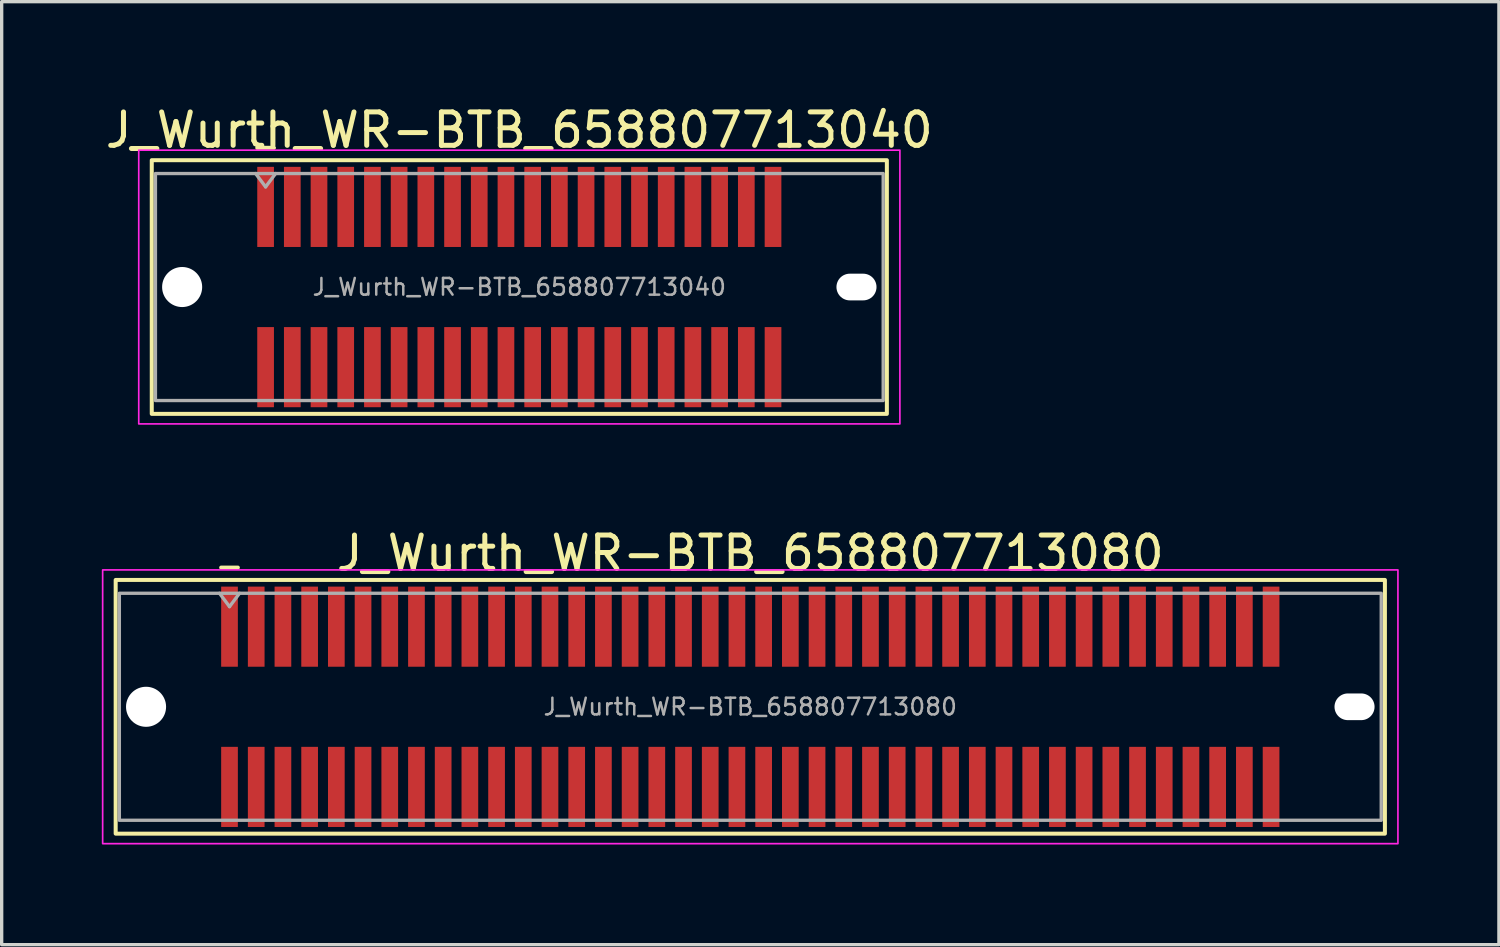
<source format=kicad_pcb>
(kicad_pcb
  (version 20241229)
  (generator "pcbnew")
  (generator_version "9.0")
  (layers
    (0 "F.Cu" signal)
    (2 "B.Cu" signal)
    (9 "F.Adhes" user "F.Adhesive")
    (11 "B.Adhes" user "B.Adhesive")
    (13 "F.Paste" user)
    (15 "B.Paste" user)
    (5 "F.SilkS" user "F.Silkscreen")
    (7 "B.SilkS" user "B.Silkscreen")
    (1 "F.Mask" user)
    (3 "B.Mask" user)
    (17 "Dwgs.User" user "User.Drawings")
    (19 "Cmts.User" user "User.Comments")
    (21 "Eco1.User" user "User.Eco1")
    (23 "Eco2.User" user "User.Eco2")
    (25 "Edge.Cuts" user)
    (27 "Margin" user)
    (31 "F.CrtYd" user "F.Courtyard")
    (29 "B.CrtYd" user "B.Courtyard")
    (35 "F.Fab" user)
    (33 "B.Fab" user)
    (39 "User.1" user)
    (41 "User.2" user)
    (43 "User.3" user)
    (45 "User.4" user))
  (footprint "J_Wurth_WR-BTB_658807713080"
    (layer "F.Cu")
    (at 19.425 18.122)
    (property "Reference" "J_Wurth_WR-BTB_658807713080" (at 0 -4.6 0) (layer "F.SilkS") (effects (font (size 1 1) (thickness 0.15))))
    (attr through_hole)
    (fp_line (start -15.35 -4.17) (end -15.85 -4.17) (stroke (width 0.12) (type solid)) (layer "F.SilkS"))
    (fp_rect (start -19.01 -3.8) (end 19.01 3.8) (stroke (width 0.12) (type solid)) (fill no) (layer "F.SilkS"))
    (fp_rect (start -19.4 -4.1) (end 19.4 4.1) (stroke (width 0.05) (type solid)) (fill no) (layer "F.CrtYd"))
    (fp_line (start -15.9 -3.4) (end -15.6 -3) (stroke (width 0.1) (type default)) (layer "F.Fab"))
    (fp_line (start -15.6 -3) (end -15.3 -3.4) (stroke (width 0.1) (type default)) (layer "F.Fab"))
    (fp_rect (start -18.9 -3.4) (end 18.9 3.4) (stroke (width 0.1) (type solid)) (fill no) (layer "F.Fab"))
    (fp_text user "${REFERENCE}" (at 0 0 0) (unlocked yes) (layer "F.Fab") (effects (font (size 0.5 0.5) (thickness 0.075))))
    (pad "" np_thru_hole circle (at -18.1 0) (size 1.2 1.2) (drill 1.2) (layers "*.Cu" "*.Mask"))
    (pad "" np_thru_hole oval (at 18.1 0) (size 1.2 0.8) (drill oval 1.2 0.8) (layers "*.Cu" "*.Mask"))
    (pad "1" smd rect (at -15.6 -2.4) (size 0.5 2.4) (layers "F.Cu" "F.Mask" "F.Paste"))
    (pad "2" smd rect (at -15.6 2.4) (size 0.5 2.4) (layers "F.Cu" "F.Mask" "F.Paste"))
    (pad "3" smd rect (at -14.8 -2.4) (size 0.5 2.4) (layers "F.Cu" "F.Mask" "F.Paste"))
    (pad "4" smd rect (at -14.8 2.4) (size 0.5 2.4) (layers "F.Cu" "F.Mask" "F.Paste"))
    (pad "5" smd rect (at -14 -2.4) (size 0.5 2.4) (layers "F.Cu" "F.Mask" "F.Paste"))
    (pad "6" smd rect (at -14 2.4) (size 0.5 2.4) (layers "F.Cu" "F.Mask" "F.Paste"))
    (pad "7" smd rect (at -13.2 -2.4) (size 0.5 2.4) (layers "F.Cu" "F.Mask" "F.Paste"))
    (pad "8" smd rect (at -13.2 2.4) (size 0.5 2.4) (layers "F.Cu" "F.Mask" "F.Paste"))
    (pad "9" smd rect (at -12.4 -2.4) (size 0.5 2.4) (layers "F.Cu" "F.Mask" "F.Paste"))
    (pad "10" smd rect (at -12.4 2.4) (size 0.5 2.4) (layers "F.Cu" "F.Mask" "F.Paste"))
    (pad "11" smd rect (at -11.6 -2.4) (size 0.5 2.4) (layers "F.Cu" "F.Mask" "F.Paste"))
    (pad "12" smd rect (at -11.6 2.4) (size 0.5 2.4) (layers "F.Cu" "F.Mask" "F.Paste"))
    (pad "13" smd rect (at -10.8 -2.4) (size 0.5 2.4) (layers "F.Cu" "F.Mask" "F.Paste"))
    (pad "14" smd rect (at -10.8 2.4) (size 0.5 2.4) (layers "F.Cu" "F.Mask" "F.Paste"))
    (pad "15" smd rect (at -10 -2.4) (size 0.5 2.4) (layers "F.Cu" "F.Mask" "F.Paste"))
    (pad "16" smd rect (at -10 2.4) (size 0.5 2.4) (layers "F.Cu" "F.Mask" "F.Paste"))
    (pad "17" smd rect (at -9.2 -2.4) (size 0.5 2.4) (layers "F.Cu" "F.Mask" "F.Paste"))
    (pad "18" smd rect (at -9.2 2.4) (size 0.5 2.4) (layers "F.Cu" "F.Mask" "F.Paste"))
    (pad "19" smd rect (at -8.4 -2.4) (size 0.5 2.4) (layers "F.Cu" "F.Mask" "F.Paste"))
    (pad "20" smd rect (at -8.4 2.4) (size 0.5 2.4) (layers "F.Cu" "F.Mask" "F.Paste"))
    (pad "21" smd rect (at -7.6 -2.4) (size 0.5 2.4) (layers "F.Cu" "F.Mask" "F.Paste"))
    (pad "22" smd rect (at -7.6 2.4) (size 0.5 2.4) (layers "F.Cu" "F.Mask" "F.Paste"))
    (pad "23" smd rect (at -6.8 -2.4) (size 0.5 2.4) (layers "F.Cu" "F.Mask" "F.Paste"))
    (pad "24" smd rect (at -6.8 2.4) (size 0.5 2.4) (layers "F.Cu" "F.Mask" "F.Paste"))
    (pad "25" smd rect (at -6 -2.4) (size 0.5 2.4) (layers "F.Cu" "F.Mask" "F.Paste"))
    (pad "26" smd rect (at -6 2.4) (size 0.5 2.4) (layers "F.Cu" "F.Mask" "F.Paste"))
    (pad "27" smd rect (at -5.2 -2.4) (size 0.5 2.4) (layers "F.Cu" "F.Mask" "F.Paste"))
    (pad "28" smd rect (at -5.2 2.4) (size 0.5 2.4) (layers "F.Cu" "F.Mask" "F.Paste"))
    (pad "29" smd rect (at -4.4 -2.4) (size 0.5 2.4) (layers "F.Cu" "F.Mask" "F.Paste"))
    (pad "30" smd rect (at -4.4 2.4) (size 0.5 2.4) (layers "F.Cu" "F.Mask" "F.Paste"))
    (pad "31" smd rect (at -3.6 -2.4) (size 0.5 2.4) (layers "F.Cu" "F.Mask" "F.Paste"))
    (pad "32" smd rect (at -3.6 2.4) (size 0.5 2.4) (layers "F.Cu" "F.Mask" "F.Paste"))
    (pad "33" smd rect (at -2.8 -2.4) (size 0.5 2.4) (layers "F.Cu" "F.Mask" "F.Paste"))
    (pad "34" smd rect (at -2.8 2.4) (size 0.5 2.4) (layers "F.Cu" "F.Mask" "F.Paste"))
    (pad "35" smd rect (at -2 -2.4) (size 0.5 2.4) (layers "F.Cu" "F.Mask" "F.Paste"))
    (pad "36" smd rect (at -2 2.4) (size 0.5 2.4) (layers "F.Cu" "F.Mask" "F.Paste"))
    (pad "37" smd rect (at -1.2 -2.4) (size 0.5 2.4) (layers "F.Cu" "F.Mask" "F.Paste"))
    (pad "38" smd rect (at -1.2 2.4) (size 0.5 2.4) (layers "F.Cu" "F.Mask" "F.Paste"))
    (pad "39" smd rect (at -0.4 -2.4) (size 0.5 2.4) (layers "F.Cu" "F.Mask" "F.Paste"))
    (pad "40" smd rect (at -0.4 2.4) (size 0.5 2.4) (layers "F.Cu" "F.Mask" "F.Paste"))
    (pad "41" smd rect (at 0.4 -2.4) (size 0.5 2.4) (layers "F.Cu" "F.Mask" "F.Paste"))
    (pad "42" smd rect (at 0.4 2.4) (size 0.5 2.4) (layers "F.Cu" "F.Mask" "F.Paste"))
    (pad "43" smd rect (at 1.2 -2.4) (size 0.5 2.4) (layers "F.Cu" "F.Mask" "F.Paste"))
    (pad "44" smd rect (at 1.2 2.4) (size 0.5 2.4) (layers "F.Cu" "F.Mask" "F.Paste"))
    (pad "45" smd rect (at 2 -2.4) (size 0.5 2.4) (layers "F.Cu" "F.Mask" "F.Paste"))
    (pad "46" smd rect (at 2 2.4) (size 0.5 2.4) (layers "F.Cu" "F.Mask" "F.Paste"))
    (pad "47" smd rect (at 2.8 -2.4) (size 0.5 2.4) (layers "F.Cu" "F.Mask" "F.Paste"))
    (pad "48" smd rect (at 2.8 2.4) (size 0.5 2.4) (layers "F.Cu" "F.Mask" "F.Paste"))
    (pad "49" smd rect (at 3.6 -2.4) (size 0.5 2.4) (layers "F.Cu" "F.Mask" "F.Paste"))
    (pad "50" smd rect (at 3.6 2.4) (size 0.5 2.4) (layers "F.Cu" "F.Mask" "F.Paste"))
    (pad "51" smd rect (at 4.4 -2.4) (size 0.5 2.4) (layers "F.Cu" "F.Mask" "F.Paste"))
    (pad "52" smd rect (at 4.4 2.4) (size 0.5 2.4) (layers "F.Cu" "F.Mask" "F.Paste"))
    (pad "53" smd rect (at 5.2 -2.4) (size 0.5 2.4) (layers "F.Cu" "F.Mask" "F.Paste"))
    (pad "54" smd rect (at 5.2 2.4) (size 0.5 2.4) (layers "F.Cu" "F.Mask" "F.Paste"))
    (pad "55" smd rect (at 6 -2.4) (size 0.5 2.4) (layers "F.Cu" "F.Mask" "F.Paste"))
    (pad "56" smd rect (at 6 2.4) (size 0.5 2.4) (layers "F.Cu" "F.Mask" "F.Paste"))
    (pad "57" smd rect (at 6.8 -2.4) (size 0.5 2.4) (layers "F.Cu" "F.Mask" "F.Paste"))
    (pad "58" smd rect (at 6.8 2.4) (size 0.5 2.4) (layers "F.Cu" "F.Mask" "F.Paste"))
    (pad "59" smd rect (at 7.6 -2.4) (size 0.5 2.4) (layers "F.Cu" "F.Mask" "F.Paste"))
    (pad "60" smd rect (at 7.6 2.4) (size 0.5 2.4) (layers "F.Cu" "F.Mask" "F.Paste"))
    (pad "61" smd rect (at 8.4 -2.4) (size 0.5 2.4) (layers "F.Cu" "F.Mask" "F.Paste"))
    (pad "62" smd rect (at 8.4 2.4) (size 0.5 2.4) (layers "F.Cu" "F.Mask" "F.Paste"))
    (pad "63" smd rect (at 9.2 -2.4) (size 0.5 2.4) (layers "F.Cu" "F.Mask" "F.Paste"))
    (pad "64" smd rect (at 9.2 2.4) (size 0.5 2.4) (layers "F.Cu" "F.Mask" "F.Paste"))
    (pad "65" smd rect (at 10 -2.4) (size 0.5 2.4) (layers "F.Cu" "F.Mask" "F.Paste"))
    (pad "66" smd rect (at 10 2.4) (size 0.5 2.4) (layers "F.Cu" "F.Mask" "F.Paste"))
    (pad "67" smd rect (at 10.8 -2.4) (size 0.5 2.4) (layers "F.Cu" "F.Mask" "F.Paste"))
    (pad "68" smd rect (at 10.8 2.4) (size 0.5 2.4) (layers "F.Cu" "F.Mask" "F.Paste"))
    (pad "69" smd rect (at 11.6 -2.4) (size 0.5 2.4) (layers "F.Cu" "F.Mask" "F.Paste"))
    (pad "70" smd rect (at 11.6 2.4) (size 0.5 2.4) (layers "F.Cu" "F.Mask" "F.Paste"))
    (pad "71" smd rect (at 12.4 -2.4) (size 0.5 2.4) (layers "F.Cu" "F.Mask" "F.Paste"))
    (pad "72" smd rect (at 12.4 2.4) (size 0.5 2.4) (layers "F.Cu" "F.Mask" "F.Paste"))
    (pad "73" smd rect (at 13.2 -2.4) (size 0.5 2.4) (layers "F.Cu" "F.Mask" "F.Paste"))
    (pad "74" smd rect (at 13.2 2.4) (size 0.5 2.4) (layers "F.Cu" "F.Mask" "F.Paste"))
    (pad "75" smd rect (at 14 -2.4) (size 0.5 2.4) (layers "F.Cu" "F.Mask" "F.Paste"))
    (pad "76" smd rect (at 14 2.4) (size 0.5 2.4) (layers "F.Cu" "F.Mask" "F.Paste"))
    (pad "77" smd rect (at 14.8 -2.4) (size 0.5 2.4) (layers "F.Cu" "F.Mask" "F.Paste"))
    (pad "78" smd rect (at 14.8 2.4) (size 0.5 2.4) (layers "F.Cu" "F.Mask" "F.Paste"))
    (pad "79" smd rect (at 15.6 -2.4) (size 0.5 2.4) (layers "F.Cu" "F.Mask" "F.Paste"))
    (pad "80" smd rect (at 15.6 2.4) (size 0.5 2.4) (layers "F.Cu" "F.Mask" "F.Paste")))
  (footprint "J_Wurth_WR-BTB_658807713040"
    (layer "F.Cu")
    (at 12.506 5.548)
    (property "Reference" "J_Wurth_WR-BTB_658807713040" (at 0 -4.7 0) (layer "F.SilkS") (effects (font (size 1 1) (thickness 0.15))))
    (attr through_hole)
    (fp_line (start -7.35 -4.17) (end -7.85 -4.17) (stroke (width 0.12) (type solid)) (layer "F.SilkS"))
    (fp_rect (start -11.01 -3.8) (end 11.01 3.8) (stroke (width 0.12) (type solid)) (fill no) (layer "F.SilkS"))
    (fp_rect (start -11.4 -4.1) (end 11.4 4.1) (stroke (width 0.05) (type solid)) (fill no) (layer "F.CrtYd"))
    (fp_line (start -7.9 -3.4) (end -7.6 -3) (stroke (width 0.1) (type default)) (layer "F.Fab"))
    (fp_line (start -7.6 -3) (end -7.3 -3.4) (stroke (width 0.1) (type default)) (layer "F.Fab"))
    (fp_rect (start -10.9 -3.4) (end 10.9 3.4) (stroke (width 0.1) (type solid)) (fill no) (layer "F.Fab"))
    (fp_text user "${REFERENCE}" (at 0 0 0) (unlocked yes) (layer "F.Fab") (effects (font (size 0.5 0.5) (thickness 0.075))))
    (pad "" np_thru_hole circle (at -10.1 0) (size 1.2 1.2) (drill 1.2) (layers "*.Cu" "*.Mask"))
    (pad "" np_thru_hole oval (at 10.1 0) (size 1.2 0.8) (drill oval 1.2 0.8) (layers "*.Cu" "*.Mask"))
    (pad "1" smd rect (at -7.6 -2.4) (size 0.5 2.4) (layers "F.Cu" "F.Mask" "F.Paste"))
    (pad "2" smd rect (at -7.6 2.4) (size 0.5 2.4) (layers "F.Cu" "F.Mask" "F.Paste"))
    (pad "3" smd rect (at -6.8 -2.4) (size 0.5 2.4) (layers "F.Cu" "F.Mask" "F.Paste"))
    (pad "4" smd rect (at -6.8 2.4) (size 0.5 2.4) (layers "F.Cu" "F.Mask" "F.Paste"))
    (pad "5" smd rect (at -6 -2.4) (size 0.5 2.4) (layers "F.Cu" "F.Mask" "F.Paste"))
    (pad "6" smd rect (at -6 2.4) (size 0.5 2.4) (layers "F.Cu" "F.Mask" "F.Paste"))
    (pad "7" smd rect (at -5.2 -2.4) (size 0.5 2.4) (layers "F.Cu" "F.Mask" "F.Paste"))
    (pad "8" smd rect (at -5.2 2.4) (size 0.5 2.4) (layers "F.Cu" "F.Mask" "F.Paste"))
    (pad "9" smd rect (at -4.4 -2.4) (size 0.5 2.4) (layers "F.Cu" "F.Mask" "F.Paste"))
    (pad "10" smd rect (at -4.4 2.4) (size 0.5 2.4) (layers "F.Cu" "F.Mask" "F.Paste"))
    (pad "11" smd rect (at -3.6 -2.4) (size 0.5 2.4) (layers "F.Cu" "F.Mask" "F.Paste"))
    (pad "12" smd rect (at -3.6 2.4) (size 0.5 2.4) (layers "F.Cu" "F.Mask" "F.Paste"))
    (pad "13" smd rect (at -2.8 -2.4) (size 0.5 2.4) (layers "F.Cu" "F.Mask" "F.Paste"))
    (pad "14" smd rect (at -2.8 2.4) (size 0.5 2.4) (layers "F.Cu" "F.Mask" "F.Paste"))
    (pad "15" smd rect (at -2 -2.4) (size 0.5 2.4) (layers "F.Cu" "F.Mask" "F.Paste"))
    (pad "16" smd rect (at -2 2.4) (size 0.5 2.4) (layers "F.Cu" "F.Mask" "F.Paste"))
    (pad "17" smd rect (at -1.2 -2.4) (size 0.5 2.4) (layers "F.Cu" "F.Mask" "F.Paste"))
    (pad "18" smd rect (at -1.2 2.4) (size 0.5 2.4) (layers "F.Cu" "F.Mask" "F.Paste"))
    (pad "19" smd rect (at -0.4 -2.4) (size 0.5 2.4) (layers "F.Cu" "F.Mask" "F.Paste"))
    (pad "20" smd rect (at -0.4 2.4) (size 0.5 2.4) (layers "F.Cu" "F.Mask" "F.Paste"))
    (pad "21" smd rect (at 0.4 -2.4) (size 0.5 2.4) (layers "F.Cu" "F.Mask" "F.Paste"))
    (pad "22" smd rect (at 0.4 2.4) (size 0.5 2.4) (layers "F.Cu" "F.Mask" "F.Paste"))
    (pad "23" smd rect (at 1.2 -2.4) (size 0.5 2.4) (layers "F.Cu" "F.Mask" "F.Paste"))
    (pad "24" smd rect (at 1.2 2.4) (size 0.5 2.4) (layers "F.Cu" "F.Mask" "F.Paste"))
    (pad "25" smd rect (at 2 -2.4) (size 0.5 2.4) (layers "F.Cu" "F.Mask" "F.Paste"))
    (pad "26" smd rect (at 2 2.4) (size 0.5 2.4) (layers "F.Cu" "F.Mask" "F.Paste"))
    (pad "27" smd rect (at 2.8 -2.4) (size 0.5 2.4) (layers "F.Cu" "F.Mask" "F.Paste"))
    (pad "28" smd rect (at 2.8 2.4) (size 0.5 2.4) (layers "F.Cu" "F.Mask" "F.Paste"))
    (pad "29" smd rect (at 3.6 -2.4) (size 0.5 2.4) (layers "F.Cu" "F.Mask" "F.Paste"))
    (pad "30" smd rect (at 3.6 2.4) (size 0.5 2.4) (layers "F.Cu" "F.Mask" "F.Paste"))
    (pad "31" smd rect (at 4.4 -2.4) (size 0.5 2.4) (layers "F.Cu" "F.Mask" "F.Paste"))
    (pad "32" smd rect (at 4.4 2.4) (size 0.5 2.4) (layers "F.Cu" "F.Mask" "F.Paste"))
    (pad "33" smd rect (at 5.2 -2.4) (size 0.5 2.4) (layers "F.Cu" "F.Mask" "F.Paste"))
    (pad "34" smd rect (at 5.2 2.4) (size 0.5 2.4) (layers "F.Cu" "F.Mask" "F.Paste"))
    (pad "35" smd rect (at 6 -2.4) (size 0.5 2.4) (layers "F.Cu" "F.Mask" "F.Paste"))
    (pad "36" smd rect (at 6 2.4) (size 0.5 2.4) (layers "F.Cu" "F.Mask" "F.Paste"))
    (pad "37" smd rect (at 6.8 -2.4) (size 0.5 2.4) (layers "F.Cu" "F.Mask" "F.Paste"))
    (pad "38" smd rect (at 6.8 2.4) (size 0.5 2.4) (layers "F.Cu" "F.Mask" "F.Paste"))
    (pad "39" smd rect (at 7.6 -2.4) (size 0.5 2.4) (layers "F.Cu" "F.Mask" "F.Paste"))
    (pad "40" smd rect (at 7.6 2.4) (size 0.5 2.4) (layers "F.Cu" "F.Mask" "F.Paste")))
  (gr_rect
    (start -3 -3)
    (end 41.85 25.247)
    (stroke (width 0.1) (type default))
    (fill no)
    (layer "Edge.Cuts")))
</source>
